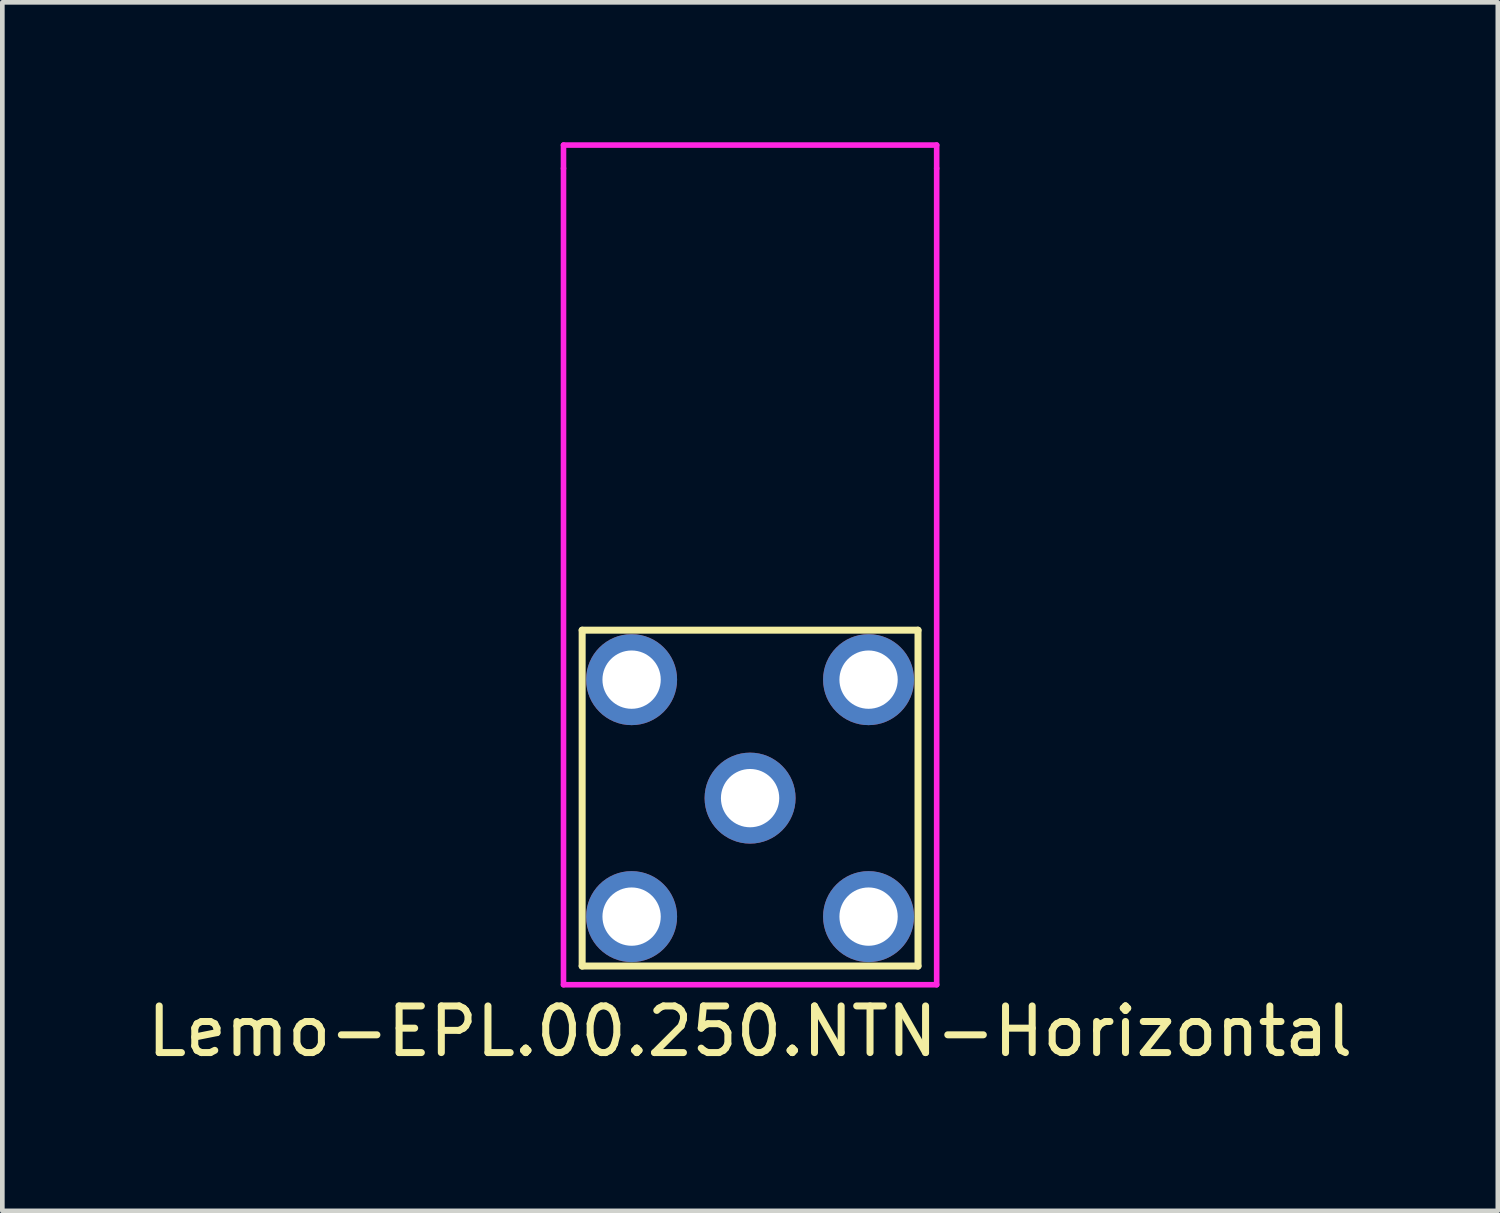
<source format=kicad_pcb>
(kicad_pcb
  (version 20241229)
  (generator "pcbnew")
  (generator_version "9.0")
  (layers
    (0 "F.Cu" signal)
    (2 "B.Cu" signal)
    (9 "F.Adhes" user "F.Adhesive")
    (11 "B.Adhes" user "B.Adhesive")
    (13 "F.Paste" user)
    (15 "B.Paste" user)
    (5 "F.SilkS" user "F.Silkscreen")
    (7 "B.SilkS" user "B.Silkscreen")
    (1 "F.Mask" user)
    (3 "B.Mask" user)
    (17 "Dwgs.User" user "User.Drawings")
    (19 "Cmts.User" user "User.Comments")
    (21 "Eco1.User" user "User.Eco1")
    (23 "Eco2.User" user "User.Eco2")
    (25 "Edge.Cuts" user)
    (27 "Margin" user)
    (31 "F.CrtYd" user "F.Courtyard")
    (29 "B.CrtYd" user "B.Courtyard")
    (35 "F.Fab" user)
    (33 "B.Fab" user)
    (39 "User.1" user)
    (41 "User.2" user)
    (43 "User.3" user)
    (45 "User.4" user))
  (footprint "Lemo-EPL.00.250.NTN-Horizontal"
    (layer "F.Cu")
    (at 13.03 14.06)
    (property "Reference" "Lemo-EPL.00.250.NTN-Horizontal" (at 0 5 0) (layer "F.SilkS") (effects (font (size 1 1) (thickness 0.15))))
    (attr through_hole)
    (fp_line (start -3.6 -3.6) (end -3.6 3.6) (stroke (width 0.15) (type solid)) (layer "F.SilkS"))
    (fp_line (start -3.6 3.6) (end 3.6 3.6) (stroke (width 0.15) (type solid)) (layer "F.SilkS"))
    (fp_line (start 3.6 -3.6) (end -3.6 -3.6) (stroke (width 0.15) (type solid)) (layer "F.SilkS"))
    (fp_line (start 3.6 3.6) (end 3.6 -3.6) (stroke (width 0.15) (type solid)) (layer "F.SilkS"))
    (fp_line (start -4 -14) (end -4 -13.5) (stroke (width 0.12) (type solid)) (layer "F.CrtYd"))
    (fp_line (start -4 -13.5) (end -4 4) (stroke (width 0.12) (type solid)) (layer "F.CrtYd"))
    (fp_line (start -4 4) (end 4 4) (stroke (width 0.12) (type solid)) (layer "F.CrtYd"))
    (fp_line (start 4 -14) (end -4 -14) (stroke (width 0.12) (type solid)) (layer "F.CrtYd"))
    (fp_line (start 4 -14) (end 4 -13.5) (stroke (width 0.12) (type solid)) (layer "F.CrtYd"))
    (fp_line (start 4 4) (end 4 -13.5) (stroke (width 0.12) (type solid)) (layer "F.CrtYd"))
    (pad "1" thru_hole circle (at 0 0) (size 1.95 1.95) (drill 1.25) (layers "*.Cu" "*.Mask"))
    (pad "2" thru_hole circle (at -2.54 -2.54) (size 1.95 1.95) (drill 1.25) (layers "*.Cu" "*.Mask"))
    (pad "2" thru_hole circle (at -2.54 2.54) (size 1.95 1.95) (drill 1.25) (layers "*.Cu" "*.Mask"))
    (pad "2" thru_hole circle (at 2.54 -2.54) (size 1.95 1.95) (drill 1.25) (layers "*.Cu" "*.Mask"))
    (pad "2" thru_hole circle (at 2.54 2.54) (size 1.95 1.95) (drill 1.25) (layers "*.Cu" "*.Mask")))
  (gr_rect
    (start -3 -3)
    (end 29.06 22.908)
    (stroke (width 0.1) (type default))
    (fill no)
    (layer "Edge.Cuts")))
</source>
